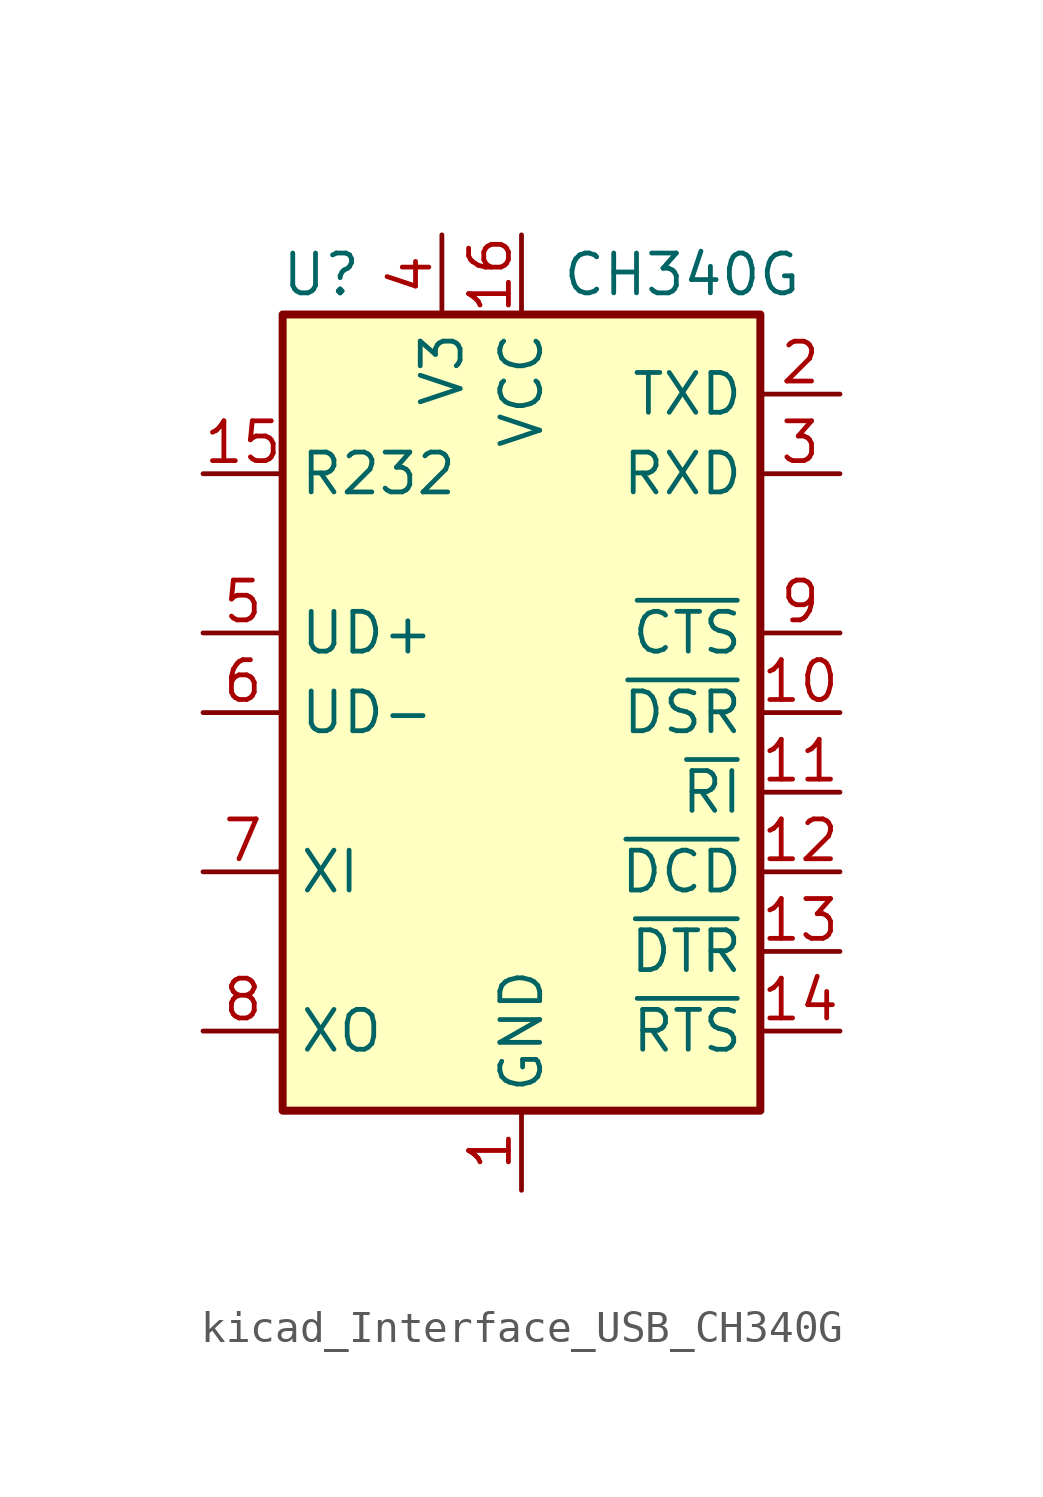
<source format=kicad_sym>
(kicad_symbol_lib
  (version 20220914)
  (generator kicad_symbol_editor)
  (symbol "kicad_Interface_USB_CH340G"
    (property "Reference" "U"
      (at -5.08 13.97 0)
      (effects (font (size 1.27 1.27)) (justify right)))
    (property "Value" "CH340G"
      (at 1.27 13.97 0)
      (effects (font (size 1.27 1.27)) (justify left)))
    (symbol "kicad_Interface_USB_CH340G_0_1"
      (rectangle (start -7.62 12.7) (end 7.62 -12.7) (stroke (width 0.254) (type default)) (fill (type background))))
    (symbol "kicad_Interface_USB_CH340G_1_1"
      (pin power_in line (at 0 -15.24 90) (length 2.54) (name "GND" (effects (font (size 1.27 1.27)))) (number "1" (effects (font (size 1.27 1.27)))))
      (pin input line (at 10.16 0 180) (length 2.54) (name "~{DSR}" (effects (font (size 1.27 1.27)))) (number "10" (effects (font (size 1.27 1.27)))))
      (pin input line (at 10.16 -2.54 180) (length 2.54) (name "~{RI}" (effects (font (size 1.27 1.27)))) (number "11" (effects (font (size 1.27 1.27)))))
      (pin input line (at 10.16 -5.08 180) (length 2.54) (name "~{DCD}" (effects (font (size 1.27 1.27)))) (number "12" (effects (font (size 1.27 1.27)))))
      (pin output line (at 10.16 -7.62 180) (length 2.54) (name "~{DTR}" (effects (font (size 1.27 1.27)))) (number "13" (effects (font (size 1.27 1.27)))))
      (pin output line (at 10.16 -10.16 180) (length 2.54) (name "~{RTS}" (effects (font (size 1.27 1.27)))) (number "14" (effects (font (size 1.27 1.27)))))
      (pin input line (at -10.16 7.62 0) (length 2.54) (name "R232" (effects (font (size 1.27 1.27)))) (number "15" (effects (font (size 1.27 1.27)))))
      (pin power_in line (at 0 15.24 270) (length 2.54) (name "VCC" (effects (font (size 1.27 1.27)))) (number "16" (effects (font (size 1.27 1.27)))))
      (pin output line (at 10.16 10.16 180) (length 2.54) (name "TXD" (effects (font (size 1.27 1.27)))) (number "2" (effects (font (size 1.27 1.27)))))
      (pin input line (at 10.16 7.62 180) (length 2.54) (name "RXD" (effects (font (size 1.27 1.27)))) (number "3" (effects (font (size 1.27 1.27)))))
      (pin passive line (at -2.54 15.24 270) (length 2.54) (name "V3" (effects (font (size 1.27 1.27)))) (number "4" (effects (font (size 1.27 1.27)))))
      (pin bidirectional line (at -10.16 2.54 0) (length 2.54) (name "UD+" (effects (font (size 1.27 1.27)))) (number "5" (effects (font (size 1.27 1.27)))))
      (pin bidirectional line (at -10.16 0 0) (length 2.54) (name "UD-" (effects (font (size 1.27 1.27)))) (number "6" (effects (font (size 1.27 1.27)))))
      (pin input line (at -10.16 -5.08 0) (length 2.54) (name "XI" (effects (font (size 1.27 1.27)))) (number "7" (effects (font (size 1.27 1.27)))))
      (pin output line (at -10.16 -10.16 0) (length 2.54) (name "XO" (effects (font (size 1.27 1.27)))) (number "8" (effects (font (size 1.27 1.27)))))
      (pin input line (at 10.16 2.54 180) (length 2.54) (name "~{CTS}" (effects (font (size 1.27 1.27)))) (number "9" (effects (font (size 1.27 1.27))))))))
</source>
